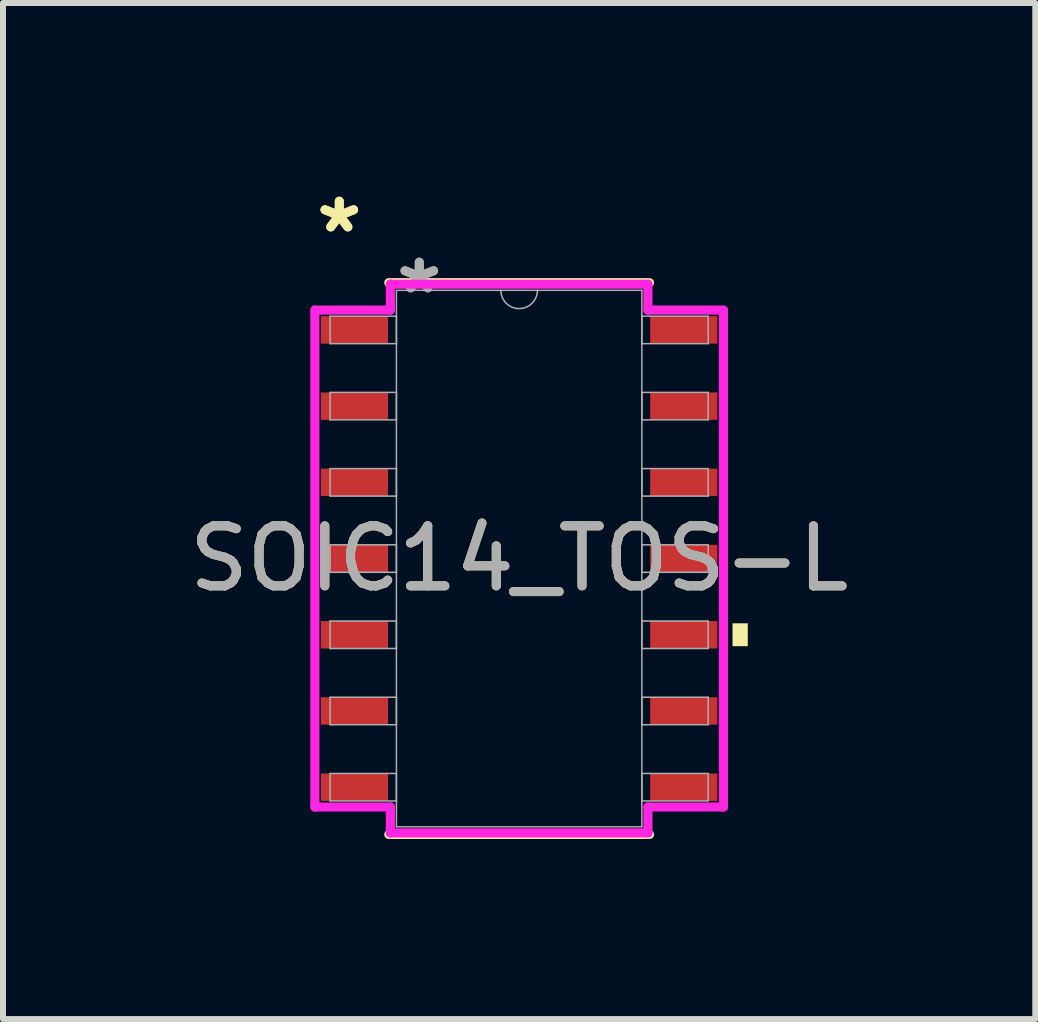
<source format=kicad_pcb>
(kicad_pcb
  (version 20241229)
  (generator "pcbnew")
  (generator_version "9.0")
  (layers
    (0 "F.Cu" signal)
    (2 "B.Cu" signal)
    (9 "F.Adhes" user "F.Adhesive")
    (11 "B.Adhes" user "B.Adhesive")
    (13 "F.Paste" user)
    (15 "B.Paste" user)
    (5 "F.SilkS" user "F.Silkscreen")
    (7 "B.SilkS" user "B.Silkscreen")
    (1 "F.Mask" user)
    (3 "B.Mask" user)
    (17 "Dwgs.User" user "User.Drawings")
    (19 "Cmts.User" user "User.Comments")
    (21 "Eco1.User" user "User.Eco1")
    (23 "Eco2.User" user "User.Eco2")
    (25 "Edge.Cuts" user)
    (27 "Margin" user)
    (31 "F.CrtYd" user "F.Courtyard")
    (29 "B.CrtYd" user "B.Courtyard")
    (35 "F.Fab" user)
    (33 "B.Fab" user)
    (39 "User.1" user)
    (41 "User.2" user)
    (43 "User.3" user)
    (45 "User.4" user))
  (footprint "SOIC14_TOS-L"
    (layer "F.Cu")
    (at 5.601 6.258)
    (property "Reference" "SOIC14_TOS-L" (at 0 0 0) (unlocked yes) (layer "F.SilkS") (effects (font (size 1 1) (thickness 0.15))))
    (attr smd)
    (fp_line (start -2.172 4.597) (end 2.172 4.597) (stroke (width 0.152) (type solid)) (layer "F.SilkS"))
    (fp_line (start 2.172 -4.597) (end -2.172 -4.597) (stroke (width 0.152) (type solid)) (layer "F.SilkS"))
    (fp_poly (pts (xy 3.81 1.079) (xy 3.81 1.46) (xy 3.556 1.46) (xy 3.556 1.079)) (stroke (width 0) (type solid)) (fill yes) (layer "F.SilkS"))
    (fp_line (start -3.404 -4.14) (end -2.146 -4.14) (stroke (width 0.152) (type solid)) (layer "F.CrtYd"))
    (fp_line (start -3.404 4.14) (end -3.404 -4.14) (stroke (width 0.152) (type solid)) (layer "F.CrtYd"))
    (fp_line (start -3.404 4.14) (end -2.146 4.14) (stroke (width 0.152) (type solid)) (layer "F.CrtYd"))
    (fp_line (start -2.146 -4.572) (end 2.146 -4.572) (stroke (width 0.152) (type solid)) (layer "F.CrtYd"))
    (fp_line (start -2.146 -4.14) (end -2.146 -4.572) (stroke (width 0.152) (type solid)) (layer "F.CrtYd"))
    (fp_line (start -2.146 4.572) (end -2.146 4.14) (stroke (width 0.152) (type solid)) (layer "F.CrtYd"))
    (fp_line (start 2.146 -4.572) (end 2.146 -4.14) (stroke (width 0.152) (type solid)) (layer "F.CrtYd"))
    (fp_line (start 2.146 4.14) (end 2.146 4.572) (stroke (width 0.152) (type solid)) (layer "F.CrtYd"))
    (fp_line (start 2.146 4.572) (end -2.146 4.572) (stroke (width 0.152) (type solid)) (layer "F.CrtYd"))
    (fp_line (start 3.404 -4.14) (end 2.146 -4.14) (stroke (width 0.152) (type solid)) (layer "F.CrtYd"))
    (fp_line (start 3.404 -4.14) (end 3.404 4.14) (stroke (width 0.152) (type solid)) (layer "F.CrtYd"))
    (fp_line (start 3.404 4.14) (end 2.146 4.14) (stroke (width 0.152) (type solid)) (layer "F.CrtYd"))
    (fp_line (start -3.15 -4.039) (end -3.15 -3.581) (stroke (width 0.025) (type solid)) (layer "F.Fab"))
    (fp_line (start -3.15 -3.581) (end -2.045 -3.581) (stroke (width 0.025) (type solid)) (layer "F.Fab"))
    (fp_line (start -3.15 -2.769) (end -3.15 -2.311) (stroke (width 0.025) (type solid)) (layer "F.Fab"))
    (fp_line (start -3.15 -2.311) (end -2.045 -2.311) (stroke (width 0.025) (type solid)) (layer "F.Fab"))
    (fp_line (start -3.15 -1.499) (end -3.15 -1.041) (stroke (width 0.025) (type solid)) (layer "F.Fab"))
    (fp_line (start -3.15 -1.041) (end -2.045 -1.041) (stroke (width 0.025) (type solid)) (layer "F.Fab"))
    (fp_line (start -3.15 -0.229) (end -3.15 0.229) (stroke (width 0.025) (type solid)) (layer "F.Fab"))
    (fp_line (start -3.15 0.229) (end -2.045 0.229) (stroke (width 0.025) (type solid)) (layer "F.Fab"))
    (fp_line (start -3.15 1.041) (end -3.15 1.499) (stroke (width 0.025) (type solid)) (layer "F.Fab"))
    (fp_line (start -3.15 1.499) (end -2.045 1.499) (stroke (width 0.025) (type solid)) (layer "F.Fab"))
    (fp_line (start -3.15 2.311) (end -3.15 2.769) (stroke (width 0.025) (type solid)) (layer "F.Fab"))
    (fp_line (start -3.15 2.769) (end -2.045 2.769) (stroke (width 0.025) (type solid)) (layer "F.Fab"))
    (fp_line (start -3.15 3.581) (end -3.15 4.039) (stroke (width 0.025) (type solid)) (layer "F.Fab"))
    (fp_line (start -3.15 4.039) (end -2.045 4.039) (stroke (width 0.025) (type solid)) (layer "F.Fab"))
    (fp_line (start -2.045 -4.47) (end -2.045 4.47) (stroke (width 0.025) (type solid)) (layer "F.Fab"))
    (fp_line (start -2.045 -4.039) (end -3.15 -4.039) (stroke (width 0.025) (type solid)) (layer "F.Fab"))
    (fp_line (start -2.045 -3.581) (end -2.045 -4.039) (stroke (width 0.025) (type solid)) (layer "F.Fab"))
    (fp_line (start -2.045 -2.769) (end -3.15 -2.769) (stroke (width 0.025) (type solid)) (layer "F.Fab"))
    (fp_line (start -2.045 -2.311) (end -2.045 -2.769) (stroke (width 0.025) (type solid)) (layer "F.Fab"))
    (fp_line (start -2.045 -1.499) (end -3.15 -1.499) (stroke (width 0.025) (type solid)) (layer "F.Fab"))
    (fp_line (start -2.045 -1.041) (end -2.045 -1.499) (stroke (width 0.025) (type solid)) (layer "F.Fab"))
    (fp_line (start -2.045 -0.229) (end -3.15 -0.229) (stroke (width 0.025) (type solid)) (layer "F.Fab"))
    (fp_line (start -2.045 0.229) (end -2.045 -0.229) (stroke (width 0.025) (type solid)) (layer "F.Fab"))
    (fp_line (start -2.045 1.041) (end -3.15 1.041) (stroke (width 0.025) (type solid)) (layer "F.Fab"))
    (fp_line (start -2.045 1.499) (end -2.045 1.041) (stroke (width 0.025) (type solid)) (layer "F.Fab"))
    (fp_line (start -2.045 2.311) (end -3.15 2.311) (stroke (width 0.025) (type solid)) (layer "F.Fab"))
    (fp_line (start -2.045 2.769) (end -2.045 2.311) (stroke (width 0.025) (type solid)) (layer "F.Fab"))
    (fp_line (start -2.045 3.581) (end -3.15 3.581) (stroke (width 0.025) (type solid)) (layer "F.Fab"))
    (fp_line (start -2.045 4.039) (end -2.045 3.581) (stroke (width 0.025) (type solid)) (layer "F.Fab"))
    (fp_line (start -2.045 4.47) (end 2.045 4.47) (stroke (width 0.025) (type solid)) (layer "F.Fab"))
    (fp_line (start 2.045 -4.47) (end -2.045 -4.47) (stroke (width 0.025) (type solid)) (layer "F.Fab"))
    (fp_line (start 2.045 -4.039) (end 2.045 -3.581) (stroke (width 0.025) (type solid)) (layer "F.Fab"))
    (fp_line (start 2.045 -3.581) (end 3.15 -3.581) (stroke (width 0.025) (type solid)) (layer "F.Fab"))
    (fp_line (start 2.045 -2.769) (end 2.045 -2.311) (stroke (width 0.025) (type solid)) (layer "F.Fab"))
    (fp_line (start 2.045 -2.311) (end 3.15 -2.311) (stroke (width 0.025) (type solid)) (layer "F.Fab"))
    (fp_line (start 2.045 -1.499) (end 2.045 -1.041) (stroke (width 0.025) (type solid)) (layer "F.Fab"))
    (fp_line (start 2.045 -1.041) (end 3.15 -1.041) (stroke (width 0.025) (type solid)) (layer "F.Fab"))
    (fp_line (start 2.045 -0.229) (end 2.045 0.229) (stroke (width 0.025) (type solid)) (layer "F.Fab"))
    (fp_line (start 2.045 0.229) (end 3.15 0.229) (stroke (width 0.025) (type solid)) (layer "F.Fab"))
    (fp_line (start 2.045 1.041) (end 2.045 1.499) (stroke (width 0.025) (type solid)) (layer "F.Fab"))
    (fp_line (start 2.045 1.499) (end 3.15 1.499) (stroke (width 0.025) (type solid)) (layer "F.Fab"))
    (fp_line (start 2.045 2.311) (end 2.045 2.769) (stroke (width 0.025) (type solid)) (layer "F.Fab"))
    (fp_line (start 2.045 2.769) (end 3.15 2.769) (stroke (width 0.025) (type solid)) (layer "F.Fab"))
    (fp_line (start 2.045 3.581) (end 2.045 4.039) (stroke (width 0.025) (type solid)) (layer "F.Fab"))
    (fp_line (start 2.045 4.039) (end 3.15 4.039) (stroke (width 0.025) (type solid)) (layer "F.Fab"))
    (fp_line (start 2.045 4.47) (end 2.045 -4.47) (stroke (width 0.025) (type solid)) (layer "F.Fab"))
    (fp_line (start 3.15 -4.039) (end 2.045 -4.039) (stroke (width 0.025) (type solid)) (layer "F.Fab"))
    (fp_line (start 3.15 -3.581) (end 3.15 -4.039) (stroke (width 0.025) (type solid)) (layer "F.Fab"))
    (fp_line (start 3.15 -2.769) (end 2.045 -2.769) (stroke (width 0.025) (type solid)) (layer "F.Fab"))
    (fp_line (start 3.15 -2.311) (end 3.15 -2.769) (stroke (width 0.025) (type solid)) (layer "F.Fab"))
    (fp_line (start 3.15 -1.499) (end 2.045 -1.499) (stroke (width 0.025) (type solid)) (layer "F.Fab"))
    (fp_line (start 3.15 -1.041) (end 3.15 -1.499) (stroke (width 0.025) (type solid)) (layer "F.Fab"))
    (fp_line (start 3.15 -0.229) (end 2.045 -0.229) (stroke (width 0.025) (type solid)) (layer "F.Fab"))
    (fp_line (start 3.15 0.229) (end 3.15 -0.229) (stroke (width 0.025) (type solid)) (layer "F.Fab"))
    (fp_line (start 3.15 1.041) (end 2.045 1.041) (stroke (width 0.025) (type solid)) (layer "F.Fab"))
    (fp_line (start 3.15 1.499) (end 3.15 1.041) (stroke (width 0.025) (type solid)) (layer "F.Fab"))
    (fp_line (start 3.15 2.311) (end 2.045 2.311) (stroke (width 0.025) (type solid)) (layer "F.Fab"))
    (fp_line (start 3.15 2.769) (end 3.15 2.311) (stroke (width 0.025) (type solid)) (layer "F.Fab"))
    (fp_line (start 3.15 3.581) (end 2.045 3.581) (stroke (width 0.025) (type solid)) (layer "F.Fab"))
    (fp_line (start 3.15 4.039) (end 3.15 3.581) (stroke (width 0.025) (type solid)) (layer "F.Fab"))
    (fp_arc (start 0.3048 -4.4704) (mid 0 -4.1656) (end -0.3048 -4.4704) (stroke (width 0.0254) (type solid)) (layer "F.Fab"))
    (fp_text user "*" (at -2.997 -5.41 0) (layer "F.SilkS") (effects (font (size 1 1) (thickness 0.15))))
    (fp_text user "*" (at -2.997 -5.41 0) (unlocked yes) (layer "F.SilkS") (effects (font (size 1 1) (thickness 0.15))))
    (fp_text user "*" (at -1.664 -4.394 0) (unlocked yes) (layer "F.Fab") (effects (font (size 1 1) (thickness 0.15))))
    (fp_text user "${REFERENCE}" (at 0 0 0) (unlocked yes) (layer "F.Fab") (effects (font (size 1 1) (thickness 0.15))))
    (fp_text user "*" (at -1.664 -4.394 0) (layer "F.Fab") (effects (font (size 1 1) (thickness 0.15))))
    (pad "1" smd rect (at -2.743 -3.81) (size 1.118 0.457) (layers "F.Cu" "F.Mask" "F.Paste"))
    (pad "2" smd rect (at -2.743 -2.54) (size 1.118 0.457) (layers "F.Cu" "F.Mask" "F.Paste"))
    (pad "3" smd rect (at -2.743 -1.27) (size 1.118 0.457) (layers "F.Cu" "F.Mask" "F.Paste"))
    (pad "4" smd rect (at -2.743 0) (size 1.118 0.457) (layers "F.Cu" "F.Mask" "F.Paste"))
    (pad "5" smd rect (at -2.743 1.27) (size 1.118 0.457) (layers "F.Cu" "F.Mask" "F.Paste"))
    (pad "6" smd rect (at -2.743 2.54) (size 1.118 0.457) (layers "F.Cu" "F.Mask" "F.Paste"))
    (pad "7" smd rect (at -2.743 3.81) (size 1.118 0.457) (layers "F.Cu" "F.Mask" "F.Paste"))
    (pad "8" smd rect (at 2.743 3.81) (size 1.118 0.457) (layers "F.Cu" "F.Mask" "F.Paste"))
    (pad "9" smd rect (at 2.743 2.54) (size 1.118 0.457) (layers "F.Cu" "F.Mask" "F.Paste"))
    (pad "10" smd rect (at 2.743 1.27) (size 1.118 0.457) (layers "F.Cu" "F.Mask" "F.Paste"))
    (pad "11" smd rect (at 2.743 0) (size 1.118 0.457) (layers "F.Cu" "F.Mask" "F.Paste"))
    (pad "12" smd rect (at 2.743 -1.27) (size 1.118 0.457) (layers "F.Cu" "F.Mask" "F.Paste"))
    (pad "13" smd rect (at 2.743 -2.54) (size 1.118 0.457) (layers "F.Cu" "F.Mask" "F.Paste"))
    (pad "14" smd rect (at 2.743 -3.81) (size 1.118 0.457) (layers "F.Cu" "F.Mask" "F.Paste")))
  (gr_rect
    (start -3 -3)
    (end 14.202 13.932)
    (stroke (width 0.1) (type default))
    (fill no)
    (layer "Edge.Cuts")))
</source>
